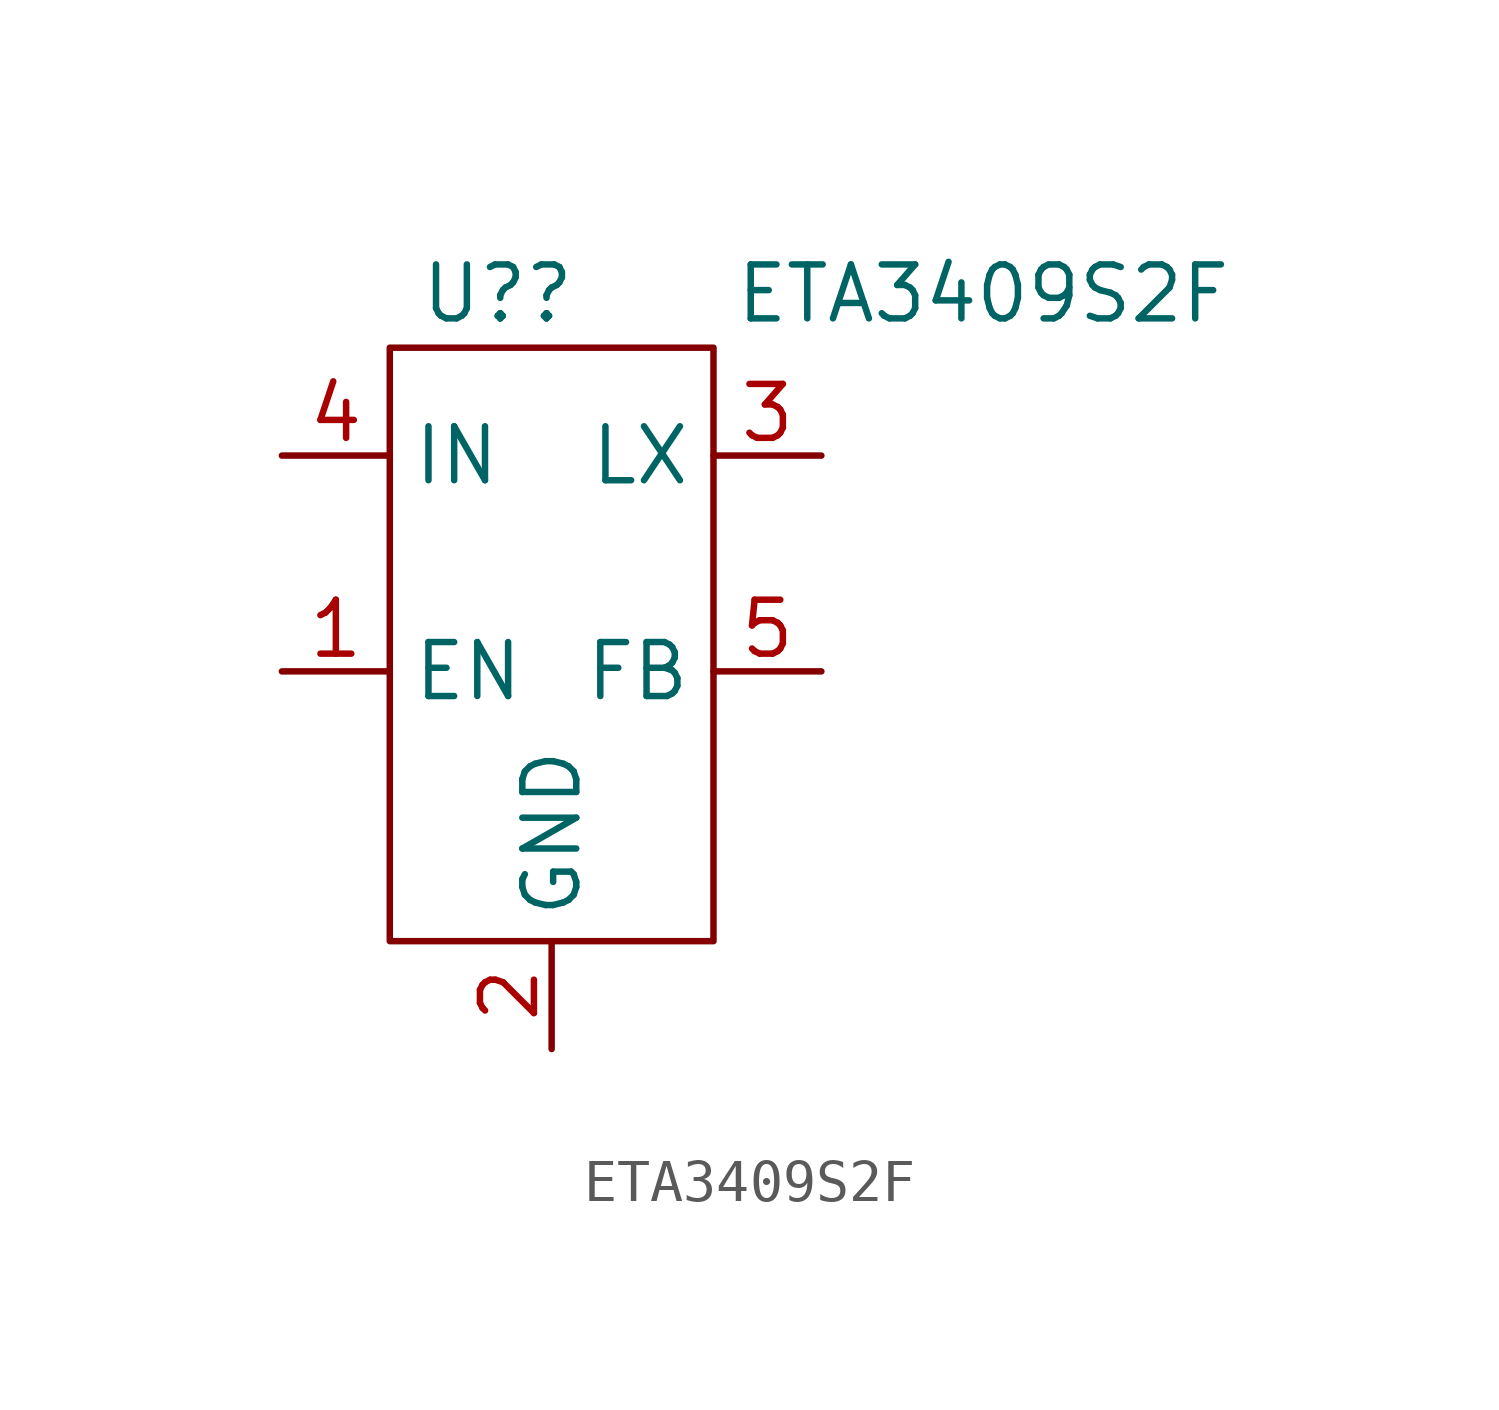
<source format=kicad_sym>
(kicad_symbol_lib
  (version 20220914)
  (generator kicad_symbol_editor)
  (symbol "ETA3409S2F"
    (property "Reference" "U?"
      (at 2.54 1.27 0)
      (effects (font (size 1.27 1.27))))
    (property "Value" "ETA3409S2F"
      (at 13.97 1.27 0)
      (effects (font (size 1.27 1.27))))
    (symbol "ETA3409S2F_0_1"
      (rectangle (start 0 0) (end 7.62 -13.97) (stroke (width 0) (type default)) (fill (type none))))
    (symbol "ETA3409S2F_1_0"
      (pin input line (at -2.54 -7.62 0) (length 2.54) (name "EN" (effects (font (size 1.27 1.27)))) (number "1" (effects (font (size 1.27 1.27)))))
      (pin power_in line (at 3.81 -16.51 90) (length 2.54) (name "GND" (effects (font (size 1.27 1.27)))) (number "2" (effects (font (size 1.27 1.27)))))
      (pin power_out line (at 10.16 -2.54 180) (length 2.54) (name "LX" (effects (font (size 1.27 1.27)))) (number "3" (effects (font (size 1.27 1.27)))))
      (pin power_in line (at -2.54 -2.54 0) (length 2.54) (name "IN" (effects (font (size 1.27 1.27)))) (number "4" (effects (font (size 1.27 1.27)))))
      (pin passive line (at 10.16 -7.62 180) (length 2.54) (name "FB" (effects (font (size 1.27 1.27)))) (number "5" (effects (font (size 1.27 1.27))))))))
</source>
